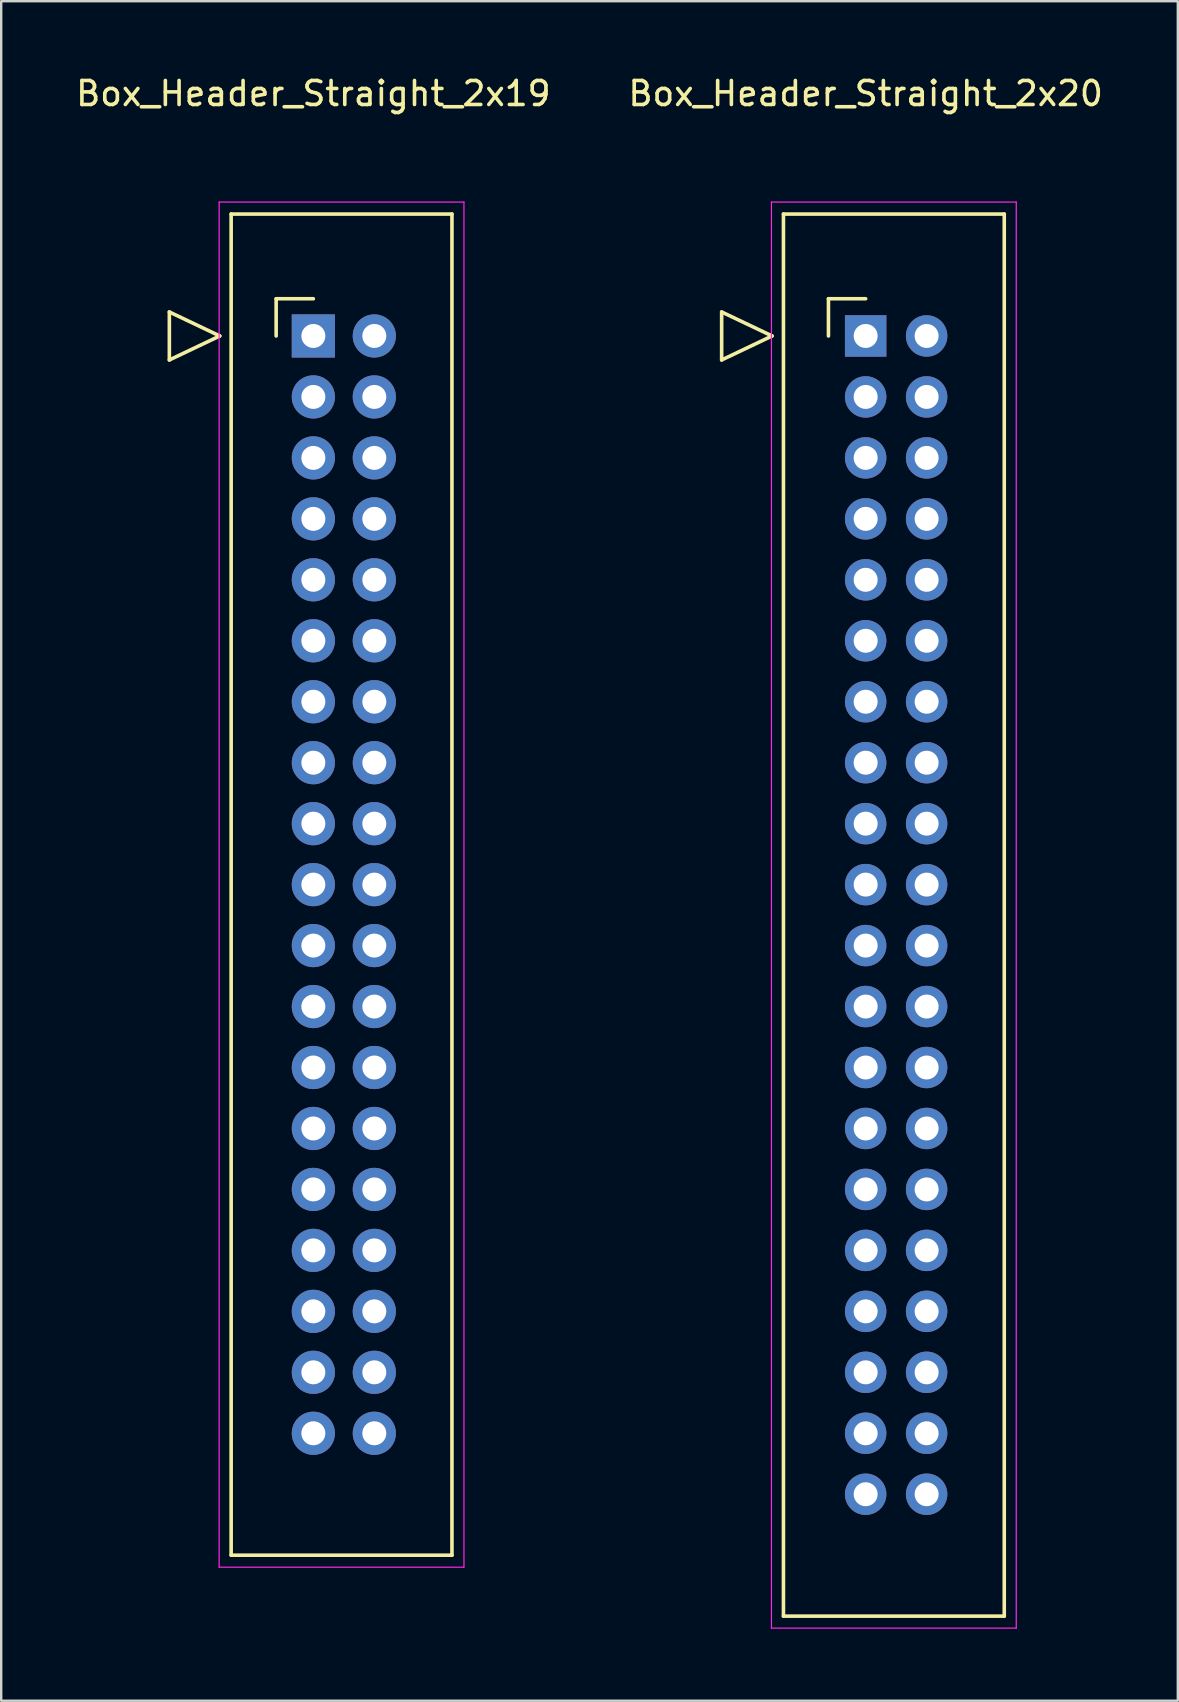
<source format=kicad_pcb>
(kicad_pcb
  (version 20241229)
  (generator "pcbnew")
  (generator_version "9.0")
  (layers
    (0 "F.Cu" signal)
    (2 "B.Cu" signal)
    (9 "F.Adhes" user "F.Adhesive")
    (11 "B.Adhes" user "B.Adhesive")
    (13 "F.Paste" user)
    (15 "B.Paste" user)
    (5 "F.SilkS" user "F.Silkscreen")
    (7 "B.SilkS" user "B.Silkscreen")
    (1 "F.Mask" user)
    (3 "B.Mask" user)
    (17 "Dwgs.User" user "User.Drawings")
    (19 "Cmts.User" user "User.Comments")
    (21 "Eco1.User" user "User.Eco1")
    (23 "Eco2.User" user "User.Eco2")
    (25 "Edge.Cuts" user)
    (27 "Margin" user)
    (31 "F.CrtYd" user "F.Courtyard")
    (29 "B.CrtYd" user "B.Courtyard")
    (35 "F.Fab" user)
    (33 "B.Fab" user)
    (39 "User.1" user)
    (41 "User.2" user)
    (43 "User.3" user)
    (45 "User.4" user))
  (footprint "Box_Header_Straight_2x19"
    (layer "F.Cu")
    (at 10.006 10.948)
    (property "Reference" "Box_Header_Straight_2x19" (at 0 -10.1 0) (layer "F.SilkS") (effects (font (size 1 1) (thickness 0.15))))
    (attr through_hole)
    (fp_line (start -6 -1) (end -3.9 0) (stroke (width 0.15) (type solid)) (layer "F.SilkS"))
    (fp_line (start -6 1) (end -6 -1) (stroke (width 0.15) (type solid)) (layer "F.SilkS"))
    (fp_line (start -3.9 0) (end -6 1) (stroke (width 0.15) (type solid)) (layer "F.SilkS"))
    (fp_line (start -3.425 -5.08) (end -3.425 50.8) (stroke (width 0.15) (type solid)) (layer "F.SilkS"))
    (fp_line (start -3.425 -5.08) (end 5.775 -5.08) (stroke (width 0.15) (type solid)) (layer "F.SilkS"))
    (fp_line (start -3.425 50.8) (end 5.775 50.8) (stroke (width 0.15) (type solid)) (layer "F.SilkS"))
    (fp_line (start -1.55 -1.55) (end -1.55 0) (stroke (width 0.15) (type solid)) (layer "F.SilkS"))
    (fp_line (start -1.55 -1.55) (end 0 -1.55) (stroke (width 0.15) (type solid)) (layer "F.SilkS"))
    (fp_line (start 5.775 -5.08) (end 5.775 50.8) (stroke (width 0.15) (type solid)) (layer "F.SilkS"))
    (fp_line (start -3.925 -5.58) (end -3.925 51.3) (stroke (width 0.05) (type solid)) (layer "F.CrtYd"))
    (fp_line (start -3.925 -5.58) (end 6.275 -5.58) (stroke (width 0.05) (type solid)) (layer "F.CrtYd"))
    (fp_line (start -3.925 51.3) (end 6.275 51.3) (stroke (width 0.05) (type solid)) (layer "F.CrtYd"))
    (fp_line (start 6.275 -5.58) (end 6.275 51.3) (stroke (width 0.05) (type solid)) (layer "F.CrtYd"))
    (pad "1" thru_hole rect (at 0 0) (size 1.8 1.8) (drill 1) (layers "*.Cu" "*.Mask"))
    (pad "2" thru_hole oval (at 2.54 0) (size 1.8 1.8) (drill 1) (layers "*.Cu" "*.Mask"))
    (pad "3" thru_hole oval (at 0 2.54) (size 1.8 1.8) (drill 1) (layers "*.Cu" "*.Mask"))
    (pad "4" thru_hole oval (at 2.54 2.54) (size 1.8 1.8) (drill 1) (layers "*.Cu" "*.Mask"))
    (pad "5" thru_hole oval (at 0 5.08) (size 1.8 1.8) (drill 1) (layers "*.Cu" "*.Mask"))
    (pad "6" thru_hole oval (at 2.54 5.08) (size 1.8 1.8) (drill 1) (layers "*.Cu" "*.Mask"))
    (pad "7" thru_hole oval (at 0 7.62) (size 1.8 1.8) (drill 1) (layers "*.Cu" "*.Mask"))
    (pad "8" thru_hole oval (at 2.54 7.62) (size 1.8 1.8) (drill 1) (layers "*.Cu" "*.Mask"))
    (pad "9" thru_hole oval (at 0 10.16) (size 1.8 1.8) (drill 1) (layers "*.Cu" "*.Mask"))
    (pad "10" thru_hole oval (at 2.54 10.16) (size 1.8 1.8) (drill 1) (layers "*.Cu" "*.Mask"))
    (pad "11" thru_hole oval (at 0 12.7) (size 1.8 1.8) (drill 1) (layers "*.Cu" "*.Mask"))
    (pad "12" thru_hole oval (at 2.54 12.7) (size 1.8 1.8) (drill 1) (layers "*.Cu" "*.Mask"))
    (pad "13" thru_hole oval (at 0 15.24) (size 1.8 1.8) (drill 1) (layers "*.Cu" "*.Mask"))
    (pad "14" thru_hole oval (at 2.54 15.24) (size 1.8 1.8) (drill 1) (layers "*.Cu" "*.Mask"))
    (pad "15" thru_hole oval (at 0 17.78) (size 1.8 1.8) (drill 1) (layers "*.Cu" "*.Mask"))
    (pad "16" thru_hole oval (at 2.54 17.78) (size 1.8 1.8) (drill 1) (layers "*.Cu" "*.Mask"))
    (pad "17" thru_hole oval (at 0 20.32) (size 1.8 1.8) (drill 1) (layers "*.Cu" "*.Mask"))
    (pad "18" thru_hole oval (at 2.54 20.32) (size 1.8 1.8) (drill 1) (layers "*.Cu" "*.Mask"))
    (pad "19" thru_hole oval (at 0 22.86) (size 1.8 1.8) (drill 1) (layers "*.Cu" "*.Mask"))
    (pad "20" thru_hole oval (at 2.54 22.86) (size 1.8 1.8) (drill 1) (layers "*.Cu" "*.Mask"))
    (pad "21" thru_hole oval (at 0 25.4) (size 1.8 1.8) (drill 1) (layers "*.Cu" "*.Mask"))
    (pad "22" thru_hole oval (at 2.54 25.4) (size 1.8 1.8) (drill 1) (layers "*.Cu" "*.Mask"))
    (pad "23" thru_hole oval (at 0 27.94) (size 1.8 1.8) (drill 1) (layers "*.Cu" "*.Mask"))
    (pad "24" thru_hole oval (at 2.54 27.94) (size 1.8 1.8) (drill 1) (layers "*.Cu" "*.Mask"))
    (pad "25" thru_hole oval (at 0 30.48) (size 1.8 1.8) (drill 1) (layers "*.Cu" "*.Mask"))
    (pad "26" thru_hole oval (at 2.54 30.48) (size 1.8 1.8) (drill 1) (layers "*.Cu" "*.Mask"))
    (pad "27" thru_hole oval (at 0 33.02) (size 1.8 1.8) (drill 1) (layers "*.Cu" "*.Mask"))
    (pad "28" thru_hole oval (at 2.54 33.02) (size 1.8 1.8) (drill 1) (layers "*.Cu" "*.Mask"))
    (pad "29" thru_hole oval (at 0 35.56) (size 1.8 1.8) (drill 1) (layers "*.Cu" "*.Mask"))
    (pad "30" thru_hole oval (at 2.54 35.56) (size 1.8 1.8) (drill 1) (layers "*.Cu" "*.Mask"))
    (pad "31" thru_hole oval (at 0 38.1) (size 1.8 1.8) (drill 1) (layers "*.Cu" "*.Mask"))
    (pad "32" thru_hole oval (at 2.54 38.1) (size 1.8 1.8) (drill 1) (layers "*.Cu" "*.Mask"))
    (pad "33" thru_hole oval (at 0 40.64) (size 1.8 1.8) (drill 1) (layers "*.Cu" "*.Mask"))
    (pad "34" thru_hole oval (at 2.54 40.64) (size 1.8 1.8) (drill 1) (layers "*.Cu" "*.Mask"))
    (pad "35" thru_hole oval (at 0 43.18) (size 1.8 1.8) (drill 1) (layers "*.Cu" "*.Mask"))
    (pad "36" thru_hole oval (at 2.54 43.18) (size 1.8 1.8) (drill 1) (layers "*.Cu" "*.Mask"))
    (pad "37" thru_hole oval (at 0 45.72) (size 1.8 1.8) (drill 1) (layers "*.Cu" "*.Mask"))
    (pad "38" thru_hole oval (at 2.54 45.72) (size 1.8 1.8) (drill 1) (layers "*.Cu" "*.Mask")))
  (footprint "Box_Header_Straight_2x20"
    (layer "F.Cu")
    (at 33.018 10.948)
    (property "Reference" "Box_Header_Straight_2x20" (at 0 -10.1 0) (layer "F.SilkS") (effects (font (size 1 1) (thickness 0.15))))
    (attr through_hole)
    (fp_line (start -6 -1) (end -3.9 0) (stroke (width 0.15) (type solid)) (layer "F.SilkS"))
    (fp_line (start -6 1) (end -6 -1) (stroke (width 0.15) (type solid)) (layer "F.SilkS"))
    (fp_line (start -3.9 0) (end -6 1) (stroke (width 0.15) (type solid)) (layer "F.SilkS"))
    (fp_line (start -3.425 -5.08) (end -3.425 53.34) (stroke (width 0.15) (type solid)) (layer "F.SilkS"))
    (fp_line (start -3.425 -5.08) (end 5.775 -5.08) (stroke (width 0.15) (type solid)) (layer "F.SilkS"))
    (fp_line (start -3.425 53.34) (end 5.775 53.34) (stroke (width 0.15) (type solid)) (layer "F.SilkS"))
    (fp_line (start -1.55 -1.55) (end -1.55 0) (stroke (width 0.15) (type solid)) (layer "F.SilkS"))
    (fp_line (start -1.55 -1.55) (end 0 -1.55) (stroke (width 0.15) (type solid)) (layer "F.SilkS"))
    (fp_line (start 5.775 -5.08) (end 5.775 53.34) (stroke (width 0.15) (type solid)) (layer "F.SilkS"))
    (fp_line (start -3.925 -5.58) (end -3.925 53.84) (stroke (width 0.05) (type solid)) (layer "F.CrtYd"))
    (fp_line (start -3.925 -5.58) (end 6.275 -5.58) (stroke (width 0.05) (type solid)) (layer "F.CrtYd"))
    (fp_line (start -3.925 53.84) (end 6.275 53.84) (stroke (width 0.05) (type solid)) (layer "F.CrtYd"))
    (fp_line (start 6.275 -5.58) (end 6.275 53.84) (stroke (width 0.05) (type solid)) (layer "F.CrtYd"))
    (pad "1" thru_hole rect (at 0 0) (size 1.727 1.727) (drill 1) (layers "*.Cu" "*.Mask"))
    (pad "2" thru_hole oval (at 2.54 0) (size 1.727 1.727) (drill 1) (layers "*.Cu" "*.Mask"))
    (pad "3" thru_hole oval (at 0 2.54) (size 1.727 1.727) (drill 1) (layers "*.Cu" "*.Mask"))
    (pad "4" thru_hole oval (at 2.54 2.54) (size 1.727 1.727) (drill 1) (layers "*.Cu" "*.Mask"))
    (pad "5" thru_hole oval (at 0 5.08) (size 1.727 1.727) (drill 1) (layers "*.Cu" "*.Mask"))
    (pad "6" thru_hole oval (at 2.54 5.08) (size 1.727 1.727) (drill 1) (layers "*.Cu" "*.Mask"))
    (pad "7" thru_hole oval (at 0 7.62) (size 1.727 1.727) (drill 1) (layers "*.Cu" "*.Mask"))
    (pad "8" thru_hole oval (at 2.54 7.62) (size 1.727 1.727) (drill 1) (layers "*.Cu" "*.Mask"))
    (pad "9" thru_hole oval (at 0 10.16) (size 1.727 1.727) (drill 1) (layers "*.Cu" "*.Mask"))
    (pad "10" thru_hole oval (at 2.54 10.16) (size 1.727 1.727) (drill 1) (layers "*.Cu" "*.Mask"))
    (pad "11" thru_hole oval (at 0 12.7) (size 1.727 1.727) (drill 1) (layers "*.Cu" "*.Mask"))
    (pad "12" thru_hole oval (at 2.54 12.7) (size 1.727 1.727) (drill 1) (layers "*.Cu" "*.Mask"))
    (pad "13" thru_hole oval (at 0 15.24) (size 1.727 1.727) (drill 1) (layers "*.Cu" "*.Mask"))
    (pad "14" thru_hole oval (at 2.54 15.24) (size 1.727 1.727) (drill 1) (layers "*.Cu" "*.Mask"))
    (pad "15" thru_hole oval (at 0 17.78) (size 1.727 1.727) (drill 1) (layers "*.Cu" "*.Mask"))
    (pad "16" thru_hole oval (at 2.54 17.78) (size 1.727 1.727) (drill 1) (layers "*.Cu" "*.Mask"))
    (pad "17" thru_hole oval (at 0 20.32) (size 1.727 1.727) (drill 1) (layers "*.Cu" "*.Mask"))
    (pad "18" thru_hole oval (at 2.54 20.32) (size 1.727 1.727) (drill 1) (layers "*.Cu" "*.Mask"))
    (pad "19" thru_hole oval (at 0 22.86) (size 1.727 1.727) (drill 1) (layers "*.Cu" "*.Mask"))
    (pad "20" thru_hole oval (at 2.54 22.86) (size 1.727 1.727) (drill 1) (layers "*.Cu" "*.Mask"))
    (pad "21" thru_hole oval (at 0 25.4) (size 1.727 1.727) (drill 1) (layers "*.Cu" "*.Mask"))
    (pad "22" thru_hole oval (at 2.54 25.4) (size 1.727 1.727) (drill 1) (layers "*.Cu" "*.Mask"))
    (pad "23" thru_hole oval (at 0 27.94) (size 1.727 1.727) (drill 1) (layers "*.Cu" "*.Mask"))
    (pad "24" thru_hole oval (at 2.54 27.94) (size 1.727 1.727) (drill 1) (layers "*.Cu" "*.Mask"))
    (pad "25" thru_hole oval (at 0 30.48) (size 1.727 1.727) (drill 1) (layers "*.Cu" "*.Mask"))
    (pad "26" thru_hole oval (at 2.54 30.48) (size 1.727 1.727) (drill 1) (layers "*.Cu" "*.Mask"))
    (pad "27" thru_hole oval (at 0 33.02) (size 1.727 1.727) (drill 1) (layers "*.Cu" "*.Mask"))
    (pad "28" thru_hole oval (at 2.54 33.02) (size 1.727 1.727) (drill 1) (layers "*.Cu" "*.Mask"))
    (pad "29" thru_hole oval (at 0 35.56) (size 1.727 1.727) (drill 1) (layers "*.Cu" "*.Mask"))
    (pad "30" thru_hole oval (at 2.54 35.56) (size 1.727 1.727) (drill 1) (layers "*.Cu" "*.Mask"))
    (pad "31" thru_hole oval (at 0 38.1) (size 1.727 1.727) (drill 1) (layers "*.Cu" "*.Mask"))
    (pad "32" thru_hole oval (at 2.54 38.1) (size 1.727 1.727) (drill 1) (layers "*.Cu" "*.Mask"))
    (pad "33" thru_hole oval (at 0 40.64) (size 1.727 1.727) (drill 1) (layers "*.Cu" "*.Mask"))
    (pad "34" thru_hole oval (at 2.54 40.64) (size 1.727 1.727) (drill 1) (layers "*.Cu" "*.Mask"))
    (pad "35" thru_hole oval (at 0 43.18) (size 1.727 1.727) (drill 1) (layers "*.Cu" "*.Mask"))
    (pad "36" thru_hole oval (at 2.54 43.18) (size 1.727 1.727) (drill 1) (layers "*.Cu" "*.Mask"))
    (pad "37" thru_hole oval (at 0 45.72) (size 1.727 1.727) (drill 1) (layers "*.Cu" "*.Mask"))
    (pad "38" thru_hole oval (at 2.54 45.72) (size 1.727 1.727) (drill 1) (layers "*.Cu" "*.Mask"))
    (pad "39" thru_hole oval (at 0 48.26) (size 1.727 1.727) (drill 1) (layers "*.Cu" "*.Mask"))
    (pad "40" thru_hole oval (at 2.54 48.26) (size 1.727 1.727) (drill 1) (layers "*.Cu" "*.Mask")))
  (gr_rect
    (start -3 -3)
    (end 46.024 67.813)
    (stroke (width 0.1) (type default))
    (fill no)
    (layer "Edge.Cuts")))
</source>
